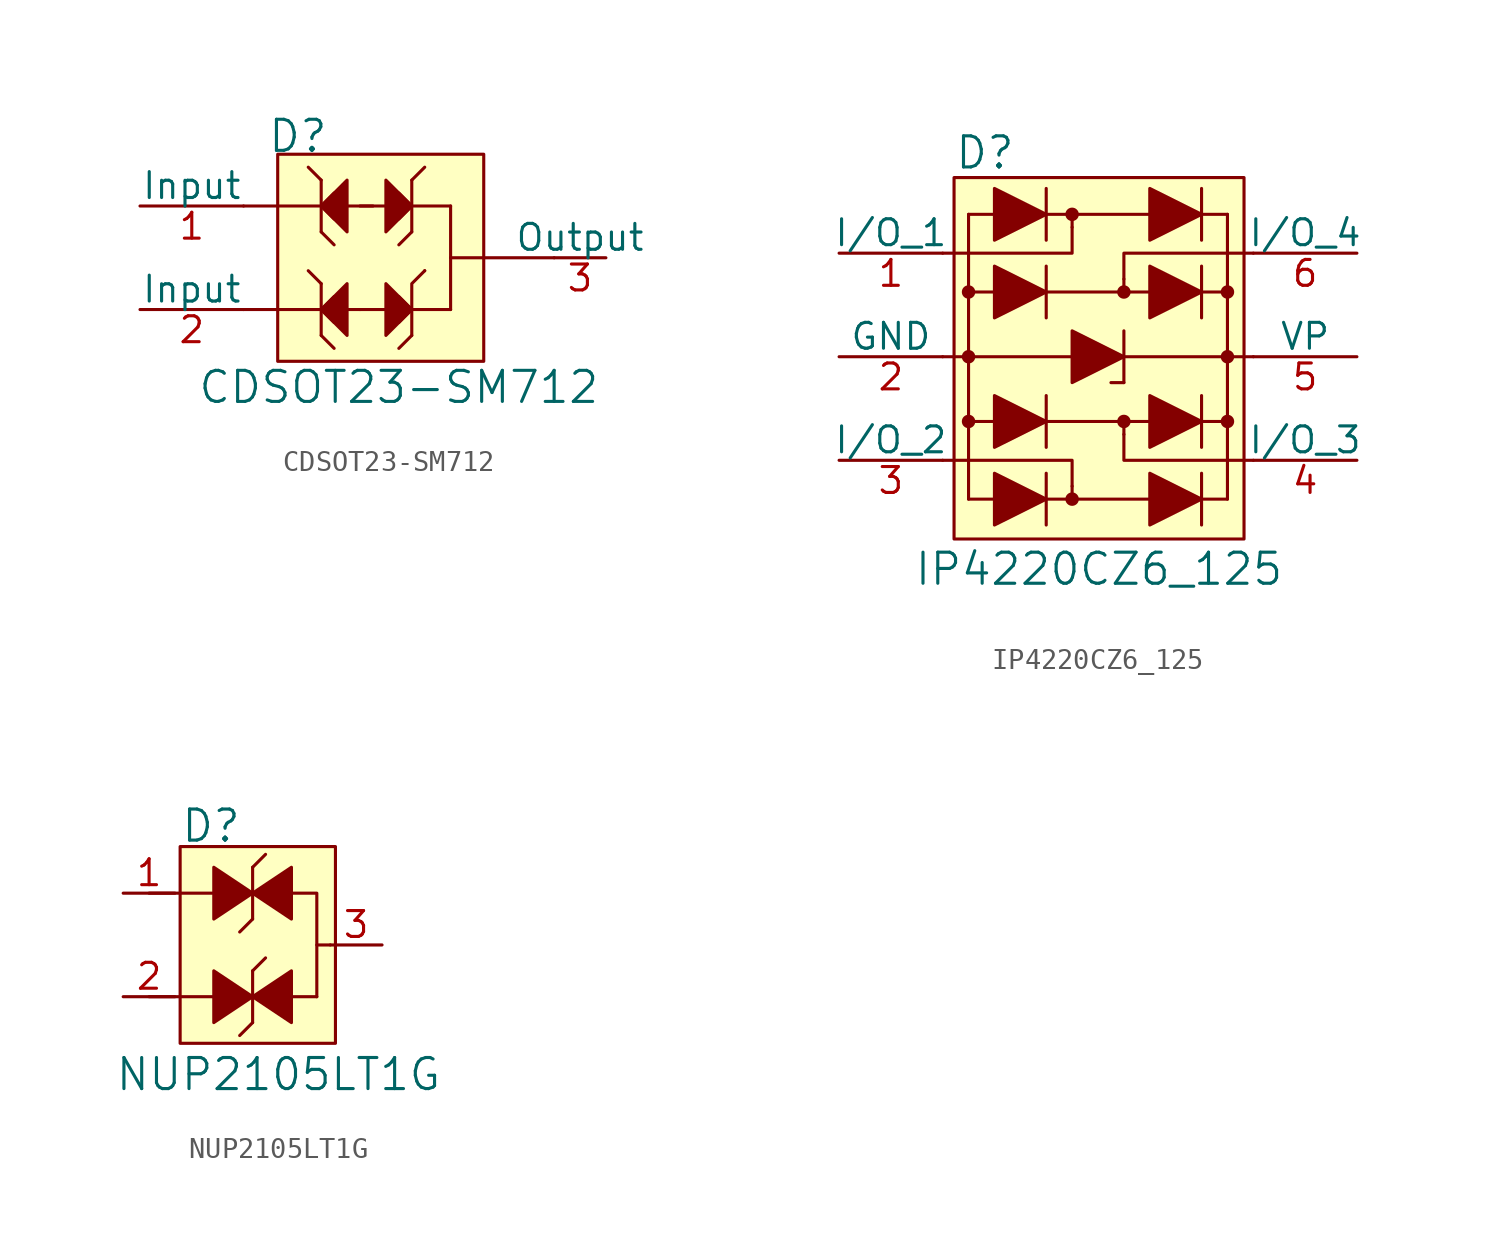
<source format=kicad_sym>
(kicad_symbol_lib
  (version 20211014)
  (generator kicad_symbol_editor)
  (symbol "CDSOT23-SM712"
    (pin_names
      (offset 0))
    (property "Reference" "D"
      (at -4.953 5.969 0)
      (effects (font (size 1.524 1.524))))
    (property "Value" "CDSOT23-SM712"
      (at 0 -6.35 0)
      (effects (font (size 1.524 1.524))))
    (symbol "CDSOT23-SM712_0_1"
      (rectangle (start -5.944 5.08) (end 4.166 -5.08) (stroke (width 0) (type default) (color 0 0 0 0)) (fill (type background)))
      (polyline (pts (xy -3.81 -3.81) (xy -3.175 -4.445)) (stroke (width 0) (type default) (color 0 0 0 0)) (fill (type none)))
      (polyline (pts (xy -3.81 -1.27) (xy -4.445 -0.635)) (stroke (width 0) (type default) (color 0 0 0 0)) (fill (type none)))
      (polyline (pts (xy -3.81 -1.27) (xy -3.81 -3.81)) (stroke (width 0) (type default) (color 0 0 0 0)) (fill (type none)))
      (polyline (pts (xy -3.81 1.27) (xy -3.175 0.635)) (stroke (width 0) (type default) (color 0 0 0 0)) (fill (type none)))
      (polyline (pts (xy -3.81 3.81) (xy -4.445 4.445)) (stroke (width 0) (type default) (color 0 0 0 0)) (fill (type none)))
      (polyline (pts (xy -3.81 3.81) (xy -3.81 1.27)) (stroke (width 0) (type default) (color 0 0 0 0)) (fill (type none)))
      (polyline (pts (xy -2.54 -2.54) (xy -7.62 -2.54)) (stroke (width 0) (type default) (color 0 0 0 0)) (fill (type none)))
      (polyline (pts (xy -2.54 2.54) (xy -7.62 2.54)) (stroke (width 0) (type default) (color 0 0 0 0)) (fill (type none)))
      (polyline (pts (xy -1.905 -2.54) (xy -2.54 -2.54)) (stroke (width 0) (type default) (color 0 0 0 0)) (fill (type none)))
      (polyline (pts (xy -1.905 -2.54) (xy 0 -2.54)) (stroke (width 0) (type default) (color 0 0 0 0)) (fill (type none)))
      (polyline (pts (xy -1.905 2.54) (xy 0 2.54)) (stroke (width 0) (type default) (color 0 0 0 0)) (fill (type none)))
      (polyline (pts (xy -1.27 2.54) (xy -2.54 2.54)) (stroke (width 0) (type default) (color 0 0 0 0)) (fill (type none)))
      (polyline (pts (xy 0 -2.54) (xy 2.54 -2.54)) (stroke (width 0) (type default) (color 0 0 0 0)) (fill (type none)))
      (polyline (pts (xy 0.635 -3.81) (xy 0 -4.445)) (stroke (width 0) (type default) (color 0 0 0 0)) (fill (type none)))
      (polyline (pts (xy 0.635 1.27) (xy 0 0.635)) (stroke (width 0) (type default) (color 0 0 0 0)) (fill (type none)))
      (polyline (pts (xy 0.635 1.27) (xy 0.635 3.81)) (stroke (width 0) (type default) (color 0 0 0 0)) (fill (type none)))
      (polyline (pts (xy 0.635 3.81) (xy 1.27 4.445)) (stroke (width 0) (type default) (color 0 0 0 0)) (fill (type none)))
      (polyline (pts (xy 1.27 -0.635) (xy 1.27 -0.635)) (stroke (width 0) (type default) (color 0 0 0 0)) (fill (type none)))
      (polyline (pts (xy 2.54 0) (xy 2.54 -2.54)) (stroke (width 0) (type default) (color 0 0 0 0)) (fill (type none)))
      (polyline (pts (xy 2.54 0) (xy 2.54 2.54)) (stroke (width 0) (type default) (color 0 0 0 0)) (fill (type none)))
      (polyline (pts (xy 2.54 2.54) (xy 0 2.54)) (stroke (width 0) (type default) (color 0 0 0 0)) (fill (type none)))
      (polyline (pts (xy 7.62 0) (xy 2.54 0)) (stroke (width 0) (type default) (color 0 0 0 0)) (fill (type none)))
      (polyline (pts (xy 0.635 -3.81) (xy 0.635 -1.27) (xy 1.27 -0.635)) (stroke (width 0) (type default) (color 0 0 0 0)) (fill (type none)))
      (polyline (pts (xy -3.81 -2.54) (xy -3.175 -1.905) (xy -3.175 -3.175) (xy -3.81 -2.54)) (stroke (width 0) (type default) (color 0 0 0 0)) (fill (type outline)))
      (polyline (pts (xy -3.81 -2.54) (xy -2.54 -1.27) (xy -2.54 -3.81) (xy -3.81 -2.54)) (stroke (width 0) (type default) (color 0 0 0 0)) (fill (type outline)))
      (polyline (pts (xy -3.81 2.54) (xy -3.175 3.175) (xy -3.175 1.905) (xy -3.81 2.54)) (stroke (width 0) (type default) (color 0 0 0 0)) (fill (type outline)))
      (polyline (pts (xy -3.81 2.54) (xy -2.54 3.81) (xy -2.54 1.27) (xy -3.81 2.54)) (stroke (width 0) (type default) (color 0 0 0 0)) (fill (type outline)))
      (polyline (pts (xy 0 3.175) (xy 0 1.905) (xy 0.635 2.54) (xy 0 3.175)) (stroke (width 0) (type default) (color 0 0 0 0)) (fill (type outline)))
      (polyline (pts (xy 0.635 -2.54) (xy -0.635 -1.27) (xy -0.635 -3.81) (xy 0.635 -2.54)) (stroke (width 0) (type default) (color 0 0 0 0)) (fill (type outline)))
      (polyline (pts (xy 0.635 2.54) (xy -0.635 3.81) (xy -0.635 1.27) (xy 0.635 2.54)) (stroke (width 0) (type default) (color 0 0 0 0)) (fill (type outline)))
      (polyline (pts (xy 0 -2.54) (xy 0 -1.905) (xy 0.635 -2.54) (xy 0 -3.175) (xy 0 -2.54)) (stroke (width 0) (type default) (color 0 0 0 0)) (fill (type outline))))
    (symbol "CDSOT23-SM712_1_1"
      (pin input line (at -12.7 2.54 0) (length 5.08) (name "Input" (effects (font (size 1.27 1.27)))) (number "1" (effects (font (size 1.27 1.27)))))
      (pin input line (at -12.7 -2.54 0) (length 5.08) (name "Input" (effects (font (size 1.27 1.27)))) (number "2" (effects (font (size 1.27 1.27)))))
      (pin output line (at 10.16 0 180) (length 2.54) (name "Output" (effects (font (size 1.27 1.27)))) (number "3" (effects (font (size 1.27 1.27)))))))
  (symbol "IP4220CZ6_125"
    (pin_names
      (offset 0))
    (property "Reference" "D"
      (at -7.061 7.468 0)
      (effects (font (size 1.524 1.524)) (justify left)))
    (property "Value" "IP4220CZ6_125"
      (at 0.051 -12.954 0)
      (effects (font (size 1.524 1.524))))
    (symbol "IP4220CZ6_125_0_1"
      (rectangle (start -7.061 6.248) (end 7.163 -11.481) (stroke (width 0) (type default) (color 0 0 0 0)) (fill (type background)))
      (circle (center -6.35 -5.715) (radius 0.254) (stroke (width 0) (type default) (color 0 0 0 0)) (fill (type outline)))
      (circle (center -6.35 -2.54) (radius 0.254) (stroke (width 0) (type default) (color 0 0 0 0)) (fill (type outline)))
      (circle (center -6.35 0.635) (radius 0.254) (stroke (width 0) (type default) (color 0 0 0 0)) (fill (type outline)))
      (circle (center -1.27 -9.525) (radius 0.254) (stroke (width 0) (type default) (color 0 0 0 0)) (fill (type outline)))
      (circle (center -1.27 4.445) (radius 0.254) (stroke (width 0) (type default) (color 0 0 0 0)) (fill (type outline)))
      (polyline (pts (xy -6.35 -9.525) (xy -6.35 4.445)) (stroke (width 0) (type default) (color 0 0 0 0)) (fill (type none)))
      (polyline (pts (xy -6.35 -9.525) (xy 6.35 -9.525)) (stroke (width 0) (type default) (color 0 0 0 0)) (fill (type none)))
      (polyline (pts (xy -6.35 0.635) (xy 6.35 0.635)) (stroke (width 0) (type default) (color 0 0 0 0)) (fill (type none)))
      (polyline (pts (xy -6.35 4.445) (xy 6.35 4.445)) (stroke (width 0) (type default) (color 0 0 0 0)) (fill (type none)))
      (polyline (pts (xy -2.54 -8.255) (xy -2.54 -10.795)) (stroke (width 0) (type default) (color 0 0 0 0)) (fill (type none)))
      (polyline (pts (xy -2.54 -4.445) (xy -2.54 -6.985)) (stroke (width 0) (type default) (color 0 0 0 0)) (fill (type none)))
      (polyline (pts (xy -2.54 1.905) (xy -2.54 -0.635)) (stroke (width 0) (type default) (color 0 0 0 0)) (fill (type none)))
      (polyline (pts (xy -2.54 5.715) (xy -2.54 3.175)) (stroke (width 0) (type default) (color 0 0 0 0)) (fill (type none)))
      (polyline (pts (xy -1.27 -8.89) (xy -1.27 -9.525)) (stroke (width 0) (type default) (color 0 0 0 0)) (fill (type none)))
      (polyline (pts (xy -1.27 -2.54) (xy -7.62 -2.54)) (stroke (width 0) (type default) (color 0 0 0 0)) (fill (type none)))
      (polyline (pts (xy -1.27 -2.54) (xy 1.27 -2.54)) (stroke (width 0) (type default) (color 0 0 0 0)) (fill (type none)))
      (polyline (pts (xy -1.27 3.81) (xy -1.27 4.445)) (stroke (width 0) (type default) (color 0 0 0 0)) (fill (type none)))
      (polyline (pts (xy 1.27 -5.715) (xy 1.27 -6.35)) (stroke (width 0) (type default) (color 0 0 0 0)) (fill (type none)))
      (polyline (pts (xy 1.27 -3.81) (xy 0.635 -3.81)) (stroke (width 0) (type default) (color 0 0 0 0)) (fill (type none)))
      (polyline (pts (xy 1.27 -2.54) (xy 7.62 -2.54)) (stroke (width 0) (type default) (color 0 0 0 0)) (fill (type none)))
      (polyline (pts (xy 1.27 -1.27) (xy 1.27 -3.81)) (stroke (width 0) (type default) (color 0 0 0 0)) (fill (type none)))
      (polyline (pts (xy 1.27 0.635) (xy 1.27 1.27)) (stroke (width 0) (type default) (color 0 0 0 0)) (fill (type none)))
      (polyline (pts (xy 5.08 -8.255) (xy 5.08 -10.795)) (stroke (width 0) (type default) (color 0 0 0 0)) (fill (type none)))
      (polyline (pts (xy 5.08 -4.445) (xy 5.08 -6.985)) (stroke (width 0) (type default) (color 0 0 0 0)) (fill (type none)))
      (polyline (pts (xy 5.08 1.905) (xy 5.08 -0.635)) (stroke (width 0) (type default) (color 0 0 0 0)) (fill (type none)))
      (polyline (pts (xy 5.08 5.715) (xy 5.08 3.175)) (stroke (width 0) (type default) (color 0 0 0 0)) (fill (type none)))
      (polyline (pts (xy 6.35 -5.715) (xy -6.35 -5.715)) (stroke (width 0) (type default) (color 0 0 0 0)) (fill (type none)))
      (polyline (pts (xy 6.35 4.445) (xy 6.35 -9.525)) (stroke (width 0) (type default) (color 0 0 0 0)) (fill (type none)))
      (polyline (pts (xy -1.27 -8.89) (xy -1.27 -7.62) (xy -7.62 -7.62)) (stroke (width 0) (type default) (color 0 0 0 0)) (fill (type none)))
      (polyline (pts (xy -1.27 3.81) (xy -1.27 2.54) (xy -7.62 2.54)) (stroke (width 0) (type default) (color 0 0 0 0)) (fill (type none)))
      (polyline (pts (xy 1.27 1.27) (xy 1.27 2.54) (xy 7.62 2.54)) (stroke (width 0) (type default) (color 0 0 0 0)) (fill (type none)))
      (polyline (pts (xy 7.62 -7.62) (xy 1.27 -7.62) (xy 1.27 -6.35)) (stroke (width 0) (type default) (color 0 0 0 0)) (fill (type none)))
      (polyline (pts (xy -5.08 -8.255) (xy -5.08 -10.795) (xy -2.54 -9.525) (xy -5.08 -8.255)) (stroke (width 0) (type default) (color 0 0 0 0)) (fill (type outline)))
      (polyline (pts (xy -5.08 -4.445) (xy -5.08 -6.985) (xy -2.54 -5.715) (xy -5.08 -4.445)) (stroke (width 0) (type default) (color 0 0 0 0)) (fill (type outline)))
      (polyline (pts (xy -5.08 1.905) (xy -5.08 -0.635) (xy -2.54 0.635) (xy -5.08 1.905)) (stroke (width 0) (type default) (color 0 0 0 0)) (fill (type outline)))
      (polyline (pts (xy -5.08 5.715) (xy -5.08 3.175) (xy -2.54 4.445) (xy -5.08 5.715)) (stroke (width 0) (type default) (color 0 0 0 0)) (fill (type outline)))
      (polyline (pts (xy -1.27 -1.27) (xy -1.27 -3.81) (xy 1.27 -2.54) (xy -1.27 -1.27)) (stroke (width 0) (type default) (color 0 0 0 0)) (fill (type outline)))
      (polyline (pts (xy 2.54 -8.255) (xy 2.54 -10.795) (xy 5.08 -9.525) (xy 2.54 -8.255)) (stroke (width 0) (type default) (color 0 0 0 0)) (fill (type outline)))
      (polyline (pts (xy 2.54 1.905) (xy 2.54 -0.635) (xy 5.08 0.635) (xy 2.54 1.905)) (stroke (width 0) (type default) (color 0 0 0 0)) (fill (type outline)))
      (polyline (pts (xy 5.08 -5.715) (xy 2.54 -4.445) (xy 2.54 -6.985) (xy 5.08 -5.715)) (stroke (width 0) (type default) (color 0 0 0 0)) (fill (type outline)))
      (polyline (pts (xy 5.08 4.445) (xy 2.54 5.715) (xy 2.54 3.175) (xy 5.08 4.445)) (stroke (width 0) (type default) (color 0 0 0 0)) (fill (type outline)))
      (circle (center 1.27 -5.715) (radius 0.254) (stroke (width 0) (type default) (color 0 0 0 0)) (fill (type outline)))
      (circle (center 1.27 0.635) (radius 0.254) (stroke (width 0) (type default) (color 0 0 0 0)) (fill (type outline)))
      (circle (center 6.35 -5.715) (radius 0.254) (stroke (width 0) (type default) (color 0 0 0 0)) (fill (type outline)))
      (circle (center 6.35 -2.54) (radius 0.254) (stroke (width 0) (type default) (color 0 0 0 0)) (fill (type outline)))
      (circle (center 6.35 0.635) (radius 0.254) (stroke (width 0) (type default) (color 0 0 0 0)) (fill (type outline))))
    (symbol "IP4220CZ6_125_1_1"
      (pin passive line (at -12.7 2.54 0) (length 5.08) (name "I/O_1" (effects (font (size 1.27 1.27)))) (number "1" (effects (font (size 1.27 1.27)))))
      (pin power_in line (at -12.7 -2.54 0) (length 5.08) (name "GND" (effects (font (size 1.27 1.27)))) (number "2" (effects (font (size 1.27 1.27)))))
      (pin passive line (at -12.7 -7.62 0) (length 5.08) (name "I/O_2" (effects (font (size 1.27 1.27)))) (number "3" (effects (font (size 1.27 1.27)))))
      (pin passive line (at 12.7 -7.62 180) (length 5.08) (name "I/O_3" (effects (font (size 1.27 1.27)))) (number "4" (effects (font (size 1.27 1.27)))))
      (pin power_in line (at 12.7 -2.54 180) (length 5.08) (name "VP" (effects (font (size 1.27 1.27)))) (number "5" (effects (font (size 1.27 1.27)))))
      (pin passive line (at 12.7 2.54 180) (length 5.08) (name "I/O_4" (effects (font (size 1.27 1.27)))) (number "6" (effects (font (size 1.27 1.27)))))))
  (symbol "NUP2105LT1G"
    (pin_names
      (offset 1.016))
    (property "Reference" "D"
      (at -4.826 5.842 0)
      (effects (font (size 1.524 1.524)) (justify left)))
    (property "Value" "NUP2105LT1G"
      (at 0 -6.35 0)
      (effects (font (size 1.524 1.524))))
    (symbol "NUP2105LT1G_0_1"
      (polyline (pts (xy -6.35 -2.54) (xy -3.175 -2.54)) (stroke (width 0) (type default) (color 0 0 0 0)) (fill (type none)))
      (polyline (pts (xy -3.175 2.54) (xy -6.35 2.54)) (stroke (width 0) (type default) (color 0 0 0 0)) (fill (type none)))
      (polyline (pts (xy -1.27 -3.81) (xy -1.905 -4.445)) (stroke (width 0) (type default) (color 0 0 0 0)) (fill (type none)))
      (polyline (pts (xy -1.27 -1.27) (xy -1.27 -3.81)) (stroke (width 0) (type default) (color 0 0 0 0)) (fill (type none)))
      (polyline (pts (xy -1.27 -1.27) (xy -0.635 -0.635)) (stroke (width 0) (type default) (color 0 0 0 0)) (fill (type none)))
      (polyline (pts (xy -1.27 1.27) (xy -1.905 0.635)) (stroke (width 0) (type default) (color 0 0 0 0)) (fill (type none)))
      (polyline (pts (xy -1.27 3.81) (xy -1.27 1.27)) (stroke (width 0) (type default) (color 0 0 0 0)) (fill (type none)))
      (polyline (pts (xy -1.27 3.81) (xy -0.635 4.445)) (stroke (width 0) (type default) (color 0 0 0 0)) (fill (type none)))
      (polyline (pts (xy -3.175 -1.27) (xy -3.175 -3.81) (xy -1.27 -2.54) (xy -3.175 -1.27)) (stroke (width 0) (type default) (color 0 0 0 0)) (fill (type outline)))
      (polyline (pts (xy -3.175 3.81) (xy -3.175 1.27) (xy -1.27 2.54) (xy -3.175 3.81)) (stroke (width 0) (type default) (color 0 0 0 0)) (fill (type outline)))
      (polyline (pts (xy 0.635 -1.27) (xy 0.635 -3.81) (xy -1.27 -2.54) (xy 0.635 -1.27)) (stroke (width 0) (type default) (color 0 0 0 0)) (fill (type outline)))
      (polyline (pts (xy 0.635 3.81) (xy 0.635 1.27) (xy -1.27 2.54) (xy 0.635 3.81)) (stroke (width 0) (type default) (color 0 0 0 0)) (fill (type outline))))
    (symbol "NUP2105LT1G_1_1"
      (rectangle (start -4.826 4.826) (end 2.794 -4.826) (stroke (width 0) (type default) (color 0 0 0 0)) (fill (type background)))
      (polyline (pts (xy 1.88 -2.54) (xy 0.406 -2.54)) (stroke (width 0) (type default) (color 0 0 0 0)) (fill (type none)))
      (polyline (pts (xy 2.54 0) (xy 1.88 0)) (stroke (width 0) (type default) (color 0 0 0 0)) (fill (type none)))
      (polyline (pts (xy -1.27 2.54) (xy 1.88 2.54) (xy 1.88 -2.54)) (stroke (width 0) (type default) (color 0 0 0 0)) (fill (type none)))
      (pin passive line (at -7.62 2.54 0) (length 2.54) (name "~" (effects (font (size 1.27 1.27)))) (number "1" (effects (font (size 1.27 1.27)))))
      (pin passive line (at -7.62 -2.54 0) (length 2.54) (name "~" (effects (font (size 1.27 1.27)))) (number "2" (effects (font (size 1.27 1.27)))))
      (pin passive line (at 5.08 0 180) (length 2.54) (name "~" (effects (font (size 1.27 1.27)))) (number "3" (effects (font (size 1.27 1.27))))))))
</source>
